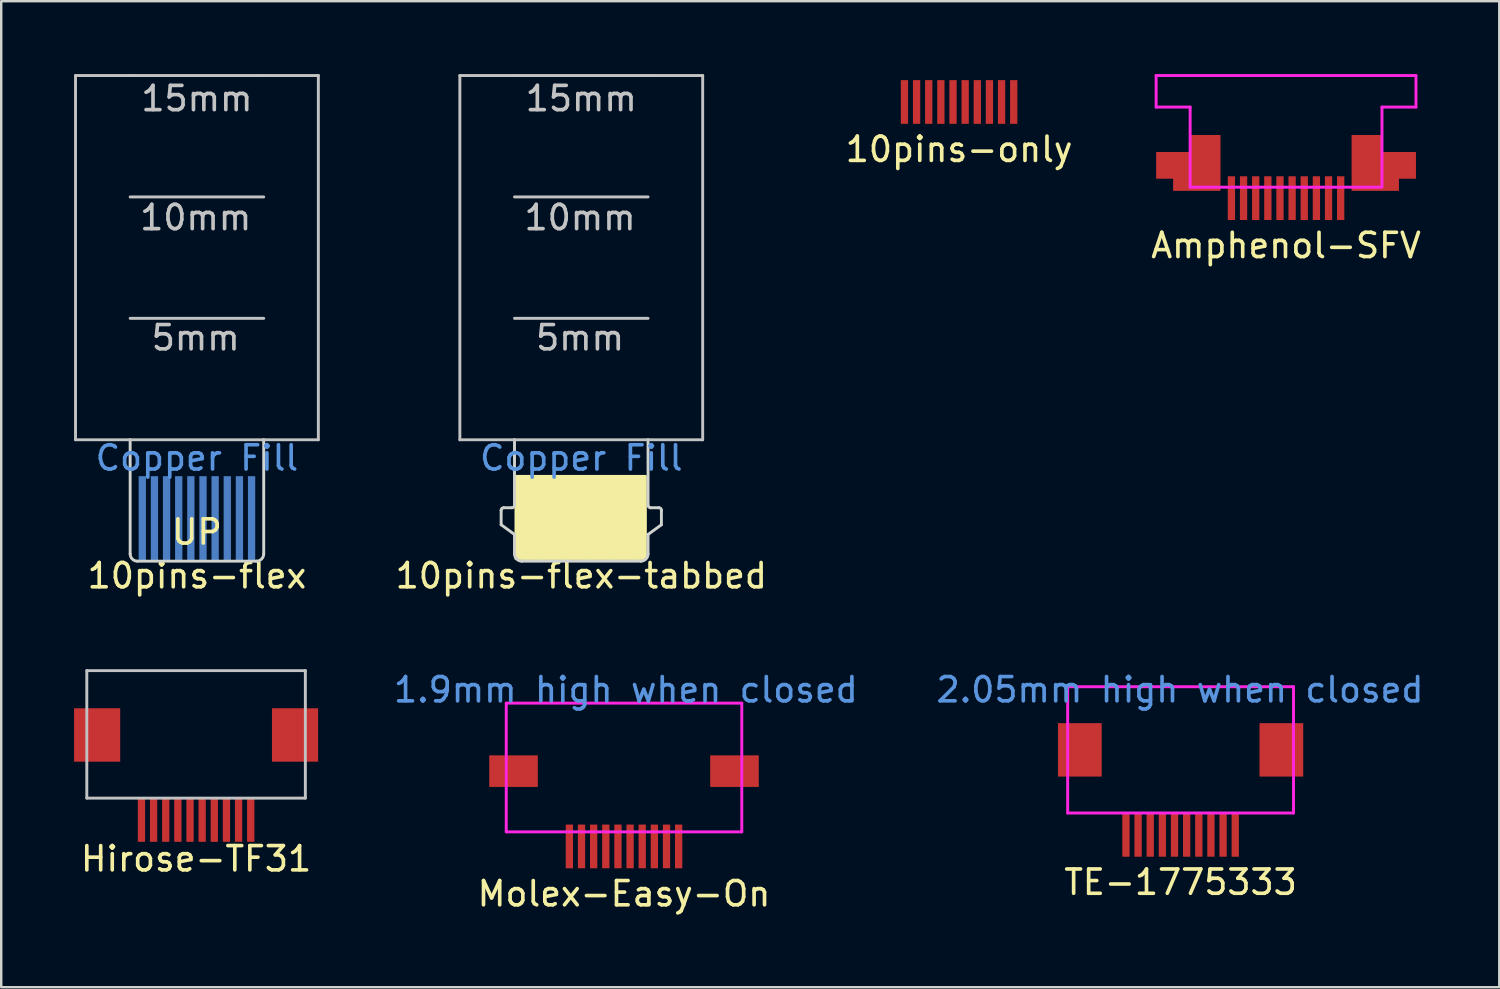
<source format=kicad_pcb>
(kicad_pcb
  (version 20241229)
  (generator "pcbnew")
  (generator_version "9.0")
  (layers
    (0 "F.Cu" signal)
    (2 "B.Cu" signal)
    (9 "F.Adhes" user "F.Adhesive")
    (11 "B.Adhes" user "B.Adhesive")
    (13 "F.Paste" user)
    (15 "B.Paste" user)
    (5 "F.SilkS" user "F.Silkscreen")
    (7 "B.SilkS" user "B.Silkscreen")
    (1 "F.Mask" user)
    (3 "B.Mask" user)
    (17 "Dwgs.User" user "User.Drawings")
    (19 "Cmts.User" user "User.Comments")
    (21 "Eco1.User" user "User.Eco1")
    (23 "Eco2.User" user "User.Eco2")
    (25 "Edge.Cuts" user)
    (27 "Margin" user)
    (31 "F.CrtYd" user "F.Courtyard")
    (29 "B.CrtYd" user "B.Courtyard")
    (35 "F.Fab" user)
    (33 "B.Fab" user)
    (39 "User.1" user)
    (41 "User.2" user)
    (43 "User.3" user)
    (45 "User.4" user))
  (footprint "Amphenol-SFV"
    (layer "F.Cu")
    (at 49.912 4.21)
    (property "Reference" "Amphenol-SFV" (at 0 2.85 0) (layer "F.SilkS") (effects (font (size 1 1) (thickness 0.15))))
    (attr through_hole)
    (fp_line (start -5.35 -4.15) (end -5.35 -2.85) (stroke (width 0.12) (type solid)) (layer "F.CrtYd"))
    (fp_line (start -5.35 -2.85) (end -3.95 -2.85) (stroke (width 0.12) (type solid)) (layer "F.CrtYd"))
    (fp_line (start -3.95 -2.85) (end -3.95 0.45) (stroke (width 0.12) (type solid)) (layer "F.CrtYd"))
    (fp_line (start -3.95 0.45) (end 3.9 0.45) (stroke (width 0.12) (type solid)) (layer "F.CrtYd"))
    (fp_line (start 3.95 -2.85) (end 5.35 -2.85) (stroke (width 0.12) (type solid)) (layer "F.CrtYd"))
    (fp_line (start 3.95 0.45) (end 3.95 -2.85) (stroke (width 0.12) (type solid)) (layer "F.CrtYd"))
    (fp_line (start 5.35 -4.15) (end -5.35 -4.15) (stroke (width 0.12) (type solid)) (layer "F.CrtYd"))
    (fp_line (start 5.35 -2.85) (end 5.35 -4.15) (stroke (width 0.12) (type solid)) (layer "F.CrtYd"))
    (pad "" smd custom (at -3 0) (size 0.5 0.5) (layers "F.Cu" "F.Mask" "F.Paste") (options (anchor rect)) (primitives (gr_poly (pts (xy 0.3 -1.7) (xy 0.3 0.6) (xy -1.65 0.6) (xy -1.65 0.1) (xy -2.35 0.1) (xy -2.35 -1) (xy -0.95 -1) (xy -0.95 -1.7)) (width 0) (fill yes))))
    (pad "" smd custom (at 3 0) (size 0.5 0.5) (layers "F.Cu" "F.Mask" "F.Paste") (options (anchor rect)) (primitives (gr_poly (pts (xy -0.3 -1.7) (xy -0.3 0.6) (xy 1.65 0.6) (xy 1.65 0.1) (xy 2.35 0.1) (xy 2.35 -1) (xy 0.95 -1) (xy 0.95 -1.7)) (width 0) (fill yes))))
    (pad "1" smd rect (at -2.25 0.9) (size 0.3 1.8) (layers "F.Cu" "F.Mask" "F.Paste"))
    (pad "2" smd rect (at -1.75 0.9) (size 0.3 1.8) (layers "F.Cu" "F.Mask" "F.Paste"))
    (pad "3" smd rect (at -1.25 0.9) (size 0.3 1.8) (layers "F.Cu" "F.Mask" "F.Paste"))
    (pad "4" smd rect (at -0.75 0.9) (size 0.3 1.8) (layers "F.Cu" "F.Mask" "F.Paste"))
    (pad "5" smd rect (at -0.25 0.9) (size 0.3 1.8) (layers "F.Cu" "F.Mask" "F.Paste"))
    (pad "6" smd rect (at 0.25 0.9) (size 0.3 1.8) (layers "F.Cu" "F.Mask" "F.Paste"))
    (pad "7" smd rect (at 0.75 0.9) (size 0.3 1.8) (layers "F.Cu" "F.Mask" "F.Paste"))
    (pad "8" smd rect (at 1.25 0.9) (size 0.3 1.8) (layers "F.Cu" "F.Mask" "F.Paste"))
    (pad "9" smd rect (at 1.75 0.9) (size 0.3 1.8) (layers "F.Cu" "F.Mask" "F.Paste"))
    (pad "10" smd rect (at 2.25 0.9) (size 0.3 1.8) (layers "F.Cu" "F.Mask" "F.Paste")))
  (footprint "Molex-Easy-On"
    (layer "F.Cu")
    (at 22.648 30.907)
    (property "Reference" "Molex-Easy-On" (at 0 2.85 0) (layer "F.SilkS") (effects (font (size 1 1) (thickness 0.15))))
    (attr smd)
    (fp_line (start -4.85 -5) (end -4.85 0.3) (stroke (width 0.12) (type solid)) (layer "F.CrtYd"))
    (fp_line (start -4.85 -5) (end 4.85 -5) (stroke (width 0.12) (type solid)) (layer "F.CrtYd"))
    (fp_line (start -4.85 0.3) (end 4.85 0.3) (stroke (width 0.12) (type solid)) (layer "F.CrtYd"))
    (fp_line (start 4.85 -5) (end 4.85 0.3) (stroke (width 0.12) (type solid)) (layer "F.CrtYd"))
    (fp_text user "1.9mm high when closed" (at 0.075 -5.55 0) (layer "Cmts.User") (effects (font (size 1 1) (thickness 0.15))))
    (pad "" smd rect (at -4.55 -2.2) (size 2 1.3) (layers "F.Cu" "F.Mask" "F.Paste"))
    (pad "" smd rect (at 4.55 -2.2) (size 2 1.3) (layers "F.Cu" "F.Mask" "F.Paste"))
    (pad "1" smd rect (at -2.25 0.9) (size 0.3 1.8) (layers "F.Cu" "F.Mask" "F.Paste"))
    (pad "2" smd rect (at -1.75 0.9) (size 0.3 1.8) (layers "F.Cu" "F.Mask" "F.Paste"))
    (pad "3" smd rect (at -1.25 0.9) (size 0.3 1.8) (layers "F.Cu" "F.Mask" "F.Paste"))
    (pad "4" smd rect (at -0.75 0.9) (size 0.3 1.8) (layers "F.Cu" "F.Mask" "F.Paste"))
    (pad "5" smd rect (at -0.25 0.9) (size 0.3 1.8) (layers "F.Cu" "F.Mask" "F.Paste"))
    (pad "6" smd rect (at 0.25 0.9) (size 0.3 1.8) (layers "F.Cu" "F.Mask" "F.Paste"))
    (pad "7" smd rect (at 0.75 0.9) (size 0.3 1.8) (layers "F.Cu" "F.Mask" "F.Paste"))
    (pad "8" smd rect (at 1.25 0.9) (size 0.3 1.8) (layers "F.Cu" "F.Mask" "F.Paste"))
    (pad "9" smd rect (at 1.75 0.9) (size 0.3 1.8) (layers "F.Cu" "F.Mask" "F.Paste"))
    (pad "10" smd rect (at 2.25 0.9) (size 0.3 1.8) (layers "F.Cu" "F.Mask" "F.Paste")))
  (footprint "10pins-only"
    (layer "F.Cu")
    (at 36.447 0.25)
    (property "Reference" "10pins-only" (at 0 2.85 0) (layer "F.SilkS") (effects (font (size 1 1) (thickness 0.15))))
    (attr through_hole)
    (pad "1" smd rect (at -2.25 0.9) (size 0.3 1.8) (layers "F.Cu" "F.Mask" "F.Paste"))
    (pad "2" smd rect (at -1.75 0.9) (size 0.3 1.8) (layers "F.Cu" "F.Mask" "F.Paste"))
    (pad "3" smd rect (at -1.25 0.9) (size 0.3 1.8) (layers "F.Cu" "F.Mask" "F.Paste"))
    (pad "4" smd rect (at -0.75 0.9) (size 0.3 1.8) (layers "F.Cu" "F.Mask" "F.Paste"))
    (pad "5" smd rect (at -0.25 0.9) (size 0.3 1.8) (layers "F.Cu" "F.Mask" "F.Paste"))
    (pad "6" smd rect (at 0.25 0.9) (size 0.3 1.8) (layers "F.Cu" "F.Mask" "F.Paste"))
    (pad "7" smd rect (at 0.75 0.9) (size 0.3 1.8) (layers "F.Cu" "F.Mask" "F.Paste"))
    (pad "8" smd rect (at 1.25 0.9) (size 0.3 1.8) (layers "F.Cu" "F.Mask" "F.Paste"))
    (pad "9" smd rect (at 1.75 0.9) (size 0.3 1.8) (layers "F.Cu" "F.Mask" "F.Paste"))
    (pad "10" smd rect (at 2.25 0.9) (size 0.3 1.8) (layers "F.Cu" "F.Mask" "F.Paste")))
  (footprint "Hirose-TF31"
    (layer "F.Cu")
    (at 5.025 29.818)
    (property "Reference" "Hirose-TF31" (at 0 2.5 0) (layer "F.SilkS") (effects (font (size 1 1) (thickness 0.15))))
    (attr smd)
    (fp_line (start -4.5 -5.25) (end 4.5 -5.25) (stroke (width 0.12) (type solid)) (layer "Dwgs.User"))
    (fp_line (start -4.5 0) (end -4.5 -5.25) (stroke (width 0.12) (type solid)) (layer "Dwgs.User"))
    (fp_line (start 4.5 -5.25) (end 4.5 0) (stroke (width 0.12) (type solid)) (layer "Dwgs.User"))
    (fp_line (start 4.5 0) (end -4.5 0) (stroke (width 0.12) (type solid)) (layer "Dwgs.User"))
    (pad "" smd rect (at -4.075 -2.6) (size 1.9 2.2) (layers "F.Cu" "F.Mask" "F.Paste"))
    (pad "" smd rect (at 4.075 -2.6) (size 1.9 2.2) (layers "F.Cu" "F.Mask" "F.Paste"))
    (pad "1" smd rect (at -2.25 0.9) (size 0.3 1.8) (layers "F.Cu" "F.Mask" "F.Paste"))
    (pad "2" smd rect (at -1.75 0.9) (size 0.3 1.8) (layers "F.Cu" "F.Mask" "F.Paste"))
    (pad "3" smd rect (at -1.25 0.9) (size 0.3 1.8) (layers "F.Cu" "F.Mask" "F.Paste"))
    (pad "4" smd rect (at -0.75 0.9) (size 0.3 1.8) (layers "F.Cu" "F.Mask" "F.Paste"))
    (pad "5" smd rect (at -0.25 0.9) (size 0.3 1.8) (layers "F.Cu" "F.Mask" "F.Paste"))
    (pad "6" smd rect (at 0.25 0.9) (size 0.3 1.8) (layers "F.Cu" "F.Mask" "F.Paste"))
    (pad "7" smd rect (at 0.75 0.9) (size 0.3 1.8) (layers "F.Cu" "F.Mask" "F.Paste"))
    (pad "8" smd rect (at 1.25 0.9) (size 0.3 1.8) (layers "F.Cu" "F.Mask" "F.Paste"))
    (pad "9" smd rect (at 1.75 0.9) (size 0.3 1.8) (layers "F.Cu" "F.Mask" "F.Paste"))
    (pad "10" smd rect (at 2.25 0.9) (size 0.3 1.8) (layers "F.Cu" "F.Mask" "F.Paste")))
  (footprint "10pins-flex-tabbed"
    (layer "F.Cu")
    (at 20.888 20.06)
    (property "Reference" "10pins-flex-tabbed" (at 0 0.6 0) (layer "F.SilkS") (effects (font (size 1 1) (thickness 0.15))))
    (attr smd)
    (fp_poly (pts (xy 2.65 -3.5) (xy 2.65 -0.1) (xy -2.7 -0.1) (xy -2.7 -3.5)) (stroke (width 0.1) (type solid)) (fill yes) (layer "F.SilkS"))
    (fp_line (start -5 -20) (end -5 -5) (stroke (width 0.12) (type solid)) (layer "Dwgs.User"))
    (fp_line (start -5 -5) (end -2.75 -5) (stroke (width 0.12) (type solid)) (layer "Dwgs.User"))
    (fp_line (start -2.75 -20) (end -5 -20) (stroke (width 0.12) (type solid)) (layer "Dwgs.User"))
    (fp_line (start -2.75 -20) (end 2.75 -20) (stroke (width 0.12) (type solid)) (layer "Dwgs.User"))
    (fp_line (start -2.75 -15) (end 2.75 -15) (stroke (width 0.12) (type solid)) (layer "Dwgs.User"))
    (fp_line (start -2.75 -10) (end 2.75 -10) (stroke (width 0.12) (type solid)) (layer "Dwgs.User"))
    (fp_line (start -2.75 -5) (end 2.75 -5) (stroke (width 0.12) (type solid)) (layer "Dwgs.User"))
    (fp_line (start 2.75 -20) (end 5 -20) (stroke (width 0.12) (type solid)) (layer "Dwgs.User"))
    (fp_line (start 5 -20) (end 5 -5) (stroke (width 0.12) (type solid)) (layer "Dwgs.User"))
    (fp_line (start 5 -5) (end 2.75 -5) (stroke (width 0.12) (type solid)) (layer "Dwgs.User"))
    (fp_line (start -3.3 -1.5) (end -3.3 -2.1) (stroke (width 0.12) (type solid)) (layer "Edge.Cuts"))
    (fp_line (start -2.85 -2.2) (end -3.2 -2.2) (stroke (width 0.12) (type solid)) (layer "Edge.Cuts"))
    (fp_line (start -2.75 -2.3) (end -2.75 -5) (stroke (width 0.12) (type solid)) (layer "Edge.Cuts"))
    (fp_line (start -2.75 -1.1) (end -3.3 -1.5) (stroke (width 0.12) (type solid)) (layer "Edge.Cuts"))
    (fp_line (start -2.75 -0.3) (end -2.75 -1.1) (stroke (width 0.12) (type solid)) (layer "Edge.Cuts"))
    (fp_line (start -2.45 0) (end 2.45 0) (stroke (width 0.12) (type solid)) (layer "Edge.Cuts"))
    (fp_line (start 2.75 -2.3) (end 2.75 -5) (stroke (width 0.12) (type solid)) (layer "Edge.Cuts"))
    (fp_line (start 2.75 -1.1) (end 3.3 -1.5) (stroke (width 0.12) (type solid)) (layer "Edge.Cuts"))
    (fp_line (start 2.75 -0.3) (end 2.75 -1.1) (stroke (width 0.12) (type solid)) (layer "Edge.Cuts"))
    (fp_line (start 3.2 -2.2) (end 2.85 -2.2) (stroke (width 0.12) (type solid)) (layer "Edge.Cuts"))
    (fp_line (start 3.3 -1.5) (end 3.3 -2.1) (stroke (width 0.12) (type solid)) (layer "Edge.Cuts"))
    (fp_arc (start -3.3 -2.1) (mid -3.270711 -2.170711) (end -3.2 -2.2) (stroke (width 0.12) (type solid)) (layer "Edge.Cuts"))
    (fp_arc (start -2.75 -2.3) (mid -2.779289 -2.229289) (end -2.85 -2.2) (stroke (width 0.12) (type solid)) (layer "Edge.Cuts"))
    (fp_arc (start -2.45 0) (mid -2.662132 -0.087868) (end -2.75 -0.3) (stroke (width 0.12) (type solid)) (layer "Edge.Cuts"))
    (fp_arc (start 2.75 -0.3) (mid 2.662132 -0.087868) (end 2.45 0) (stroke (width 0.12) (type solid)) (layer "Edge.Cuts"))
    (fp_arc (start 2.85 -2.2) (mid 2.779289 -2.229289) (end 2.75 -2.3) (stroke (width 0.12) (type solid)) (layer "Edge.Cuts"))
    (fp_arc (start 3.2 -2.2) (mid 3.270711 -2.170711) (end 3.3 -2.1) (stroke (width 0.12) (type solid)) (layer "Edge.Cuts"))
    (fp_text user "15mm" (at 0 -19.05 0) (layer "Dwgs.User") (effects (font (size 1 1) (thickness 0.15))))
    (fp_text user "5mm" (at -0.05 -9.2 0) (layer "Dwgs.User") (effects (font (size 1 1) (thickness 0.15))))
    (fp_text user "10mm" (at -0.05 -14.15 0) (layer "Dwgs.User") (effects (font (size 1 1) (thickness 0.15))))
    (fp_text user "Copper Fill" (at 0 -4.25 0) (layer "Cmts.User") (effects (font (size 1 1) (thickness 0.15))))
    (pad "1" smd rect (at -2.25 -1.75) (size 0.3 3.5) (layers "B.Cu" "B.Mask" "B.Paste"))
    (pad "2" smd rect (at -1.75 -1.75) (size 0.3 3.5) (layers "B.Cu" "B.Mask" "B.Paste"))
    (pad "3" smd rect (at -1.25 -1.75) (size 0.3 3.5) (layers "B.Cu" "B.Mask" "B.Paste"))
    (pad "4" smd rect (at -0.75 -1.75) (size 0.3 3.5) (layers "B.Cu" "B.Mask" "B.Paste"))
    (pad "5" smd rect (at -0.25 -1.75) (size 0.3 3.5) (layers "B.Cu" "B.Mask" "B.Paste"))
    (pad "6" smd rect (at 0.25 -1.75) (size 0.3 3.5) (layers "B.Cu" "B.Mask" "B.Paste"))
    (pad "7" smd rect (at 0.75 -1.75) (size 0.3 3.5) (layers "B.Cu" "B.Mask" "B.Paste"))
    (pad "8" smd rect (at 1.25 -1.75) (size 0.3 3.5) (layers "B.Cu" "B.Mask" "B.Paste"))
    (pad "9" smd rect (at 1.75 -1.75) (size 0.3 3.5) (layers "B.Cu" "B.Mask" "B.Paste"))
    (pad "10" smd rect (at 2.25 -1.75) (size 0.3 3.5) (layers "B.Cu" "B.Mask" "B.Paste")))
  (footprint "TE-1775333"
    (layer "F.Cu")
    (at 45.569 30.431)
    (property "Reference" "TE-1775333" (at 0 2.85 0) (layer "F.SilkS") (effects (font (size 1 1) (thickness 0.15))))
    (attr smd)
    (fp_line (start -4.65 -5.2) (end 4.65 -5.2) (stroke (width 0.12) (type solid)) (layer "F.CrtYd"))
    (fp_line (start -4.65 0) (end -4.65 -5.2) (stroke (width 0.12) (type solid)) (layer "F.CrtYd"))
    (fp_line (start 4.65 0) (end -4.65 0) (stroke (width 0.12) (type solid)) (layer "F.CrtYd"))
    (fp_line (start 4.65 0) (end 4.65 -5.2) (stroke (width 0.12) (type solid)) (layer "F.CrtYd"))
    (fp_text user "2.05mm high when closed" (at -0.025 -5.075 0) (layer "Cmts.User") (effects (font (size 1 1) (thickness 0.15))))
    (pad "" smd rect (at -4.15 -2.6) (size 1.8 2.2) (layers "F.Cu" "F.Mask" "F.Paste"))
    (pad "" smd rect (at 4.15 -2.6) (size 1.8 2.2) (layers "F.Cu" "F.Mask" "F.Paste"))
    (pad "1" smd rect (at -2.25 0.9) (size 0.3 1.8) (layers "F.Cu" "F.Mask" "F.Paste"))
    (pad "2" smd rect (at -1.75 0.9) (size 0.3 1.8) (layers "F.Cu" "F.Mask" "F.Paste"))
    (pad "3" smd rect (at -1.25 0.9) (size 0.3 1.8) (layers "F.Cu" "F.Mask" "F.Paste"))
    (pad "4" smd rect (at -0.75 0.9) (size 0.3 1.8) (layers "F.Cu" "F.Mask" "F.Paste"))
    (pad "5" smd rect (at -0.25 0.9) (size 0.3 1.8) (layers "F.Cu" "F.Mask" "F.Paste"))
    (pad "6" smd rect (at 0.25 0.9) (size 0.3 1.8) (layers "F.Cu" "F.Mask" "F.Paste"))
    (pad "7" smd rect (at 0.75 0.9) (size 0.3 1.8) (layers "F.Cu" "F.Mask" "F.Paste"))
    (pad "8" smd rect (at 1.25 0.9) (size 0.3 1.8) (layers "F.Cu" "F.Mask" "F.Paste"))
    (pad "9" smd rect (at 1.75 0.9) (size 0.3 1.8) (layers "F.Cu" "F.Mask" "F.Paste"))
    (pad "10" smd rect (at 2.25 0.9) (size 0.3 1.8) (layers "F.Cu" "F.Mask" "F.Paste")))
  (footprint "10pins-flex"
    (layer "F.Cu")
    (at 5.06 20.06)
    (property "Reference" "10pins-flex" (at 0 0.6 0) (layer "F.SilkS") (effects (font (size 1 1) (thickness 0.15))))
    (attr smd)
    (fp_line (start -5 -20) (end -5 -5) (stroke (width 0.12) (type solid)) (layer "Dwgs.User"))
    (fp_line (start -5 -5) (end -2.75 -5) (stroke (width 0.12) (type solid)) (layer "Dwgs.User"))
    (fp_line (start -2.75 -20) (end -5 -20) (stroke (width 0.12) (type solid)) (layer "Dwgs.User"))
    (fp_line (start -2.75 -20) (end 2.75 -20) (stroke (width 0.12) (type solid)) (layer "Dwgs.User"))
    (fp_line (start -2.75 -15) (end 2.75 -15) (stroke (width 0.12) (type solid)) (layer "Dwgs.User"))
    (fp_line (start -2.75 -10) (end 2.75 -10) (stroke (width 0.12) (type solid)) (layer "Dwgs.User"))
    (fp_line (start -2.75 -5) (end 2.75 -5) (stroke (width 0.12) (type solid)) (layer "Dwgs.User"))
    (fp_line (start 2.75 -20) (end 5 -20) (stroke (width 0.12) (type solid)) (layer "Dwgs.User"))
    (fp_line (start 5 -20) (end 5 -5) (stroke (width 0.12) (type solid)) (layer "Dwgs.User"))
    (fp_line (start 5 -5) (end 2.75 -5) (stroke (width 0.12) (type solid)) (layer "Dwgs.User"))
    (fp_line (start -2.75 -0.3) (end -2.75 -5) (stroke (width 0.12) (type solid)) (layer "Edge.Cuts"))
    (fp_line (start -2.45 0) (end 2.45 0) (stroke (width 0.12) (type solid)) (layer "Edge.Cuts"))
    (fp_line (start 2.75 -0.3) (end 2.75 -5) (stroke (width 0.12) (type solid)) (layer "Edge.Cuts"))
    (fp_arc (start -2.45 0) (mid -2.662132 -0.087868) (end -2.75 -0.3) (stroke (width 0.12) (type solid)) (layer "Edge.Cuts"))
    (fp_arc (start 2.75 -0.3) (mid 2.662132 -0.087868) (end 2.45 0) (stroke (width 0.12) (type solid)) (layer "Edge.Cuts"))
    (fp_text user "UP" (at 0 -1.2 0) (layer "F.SilkS") (effects (font (size 1 1) (thickness 0.15))))
    (fp_text user "15mm" (at 0 -19.05 0) (layer "Dwgs.User") (effects (font (size 1 1) (thickness 0.15))))
    (fp_text user "10mm" (at -0.05 -14.15 0) (layer "Dwgs.User") (effects (font (size 1 1) (thickness 0.15))))
    (fp_text user "5mm" (at -0.05 -9.2 0) (layer "Dwgs.User") (effects (font (size 1 1) (thickness 0.15))))
    (fp_text user "Copper Fill" (at 0 -4.25 0) (layer "Cmts.User") (effects (font (size 1 1) (thickness 0.15))))
    (pad "1" smd rect (at -2.25 -1.75) (size 0.3 3.5) (layers "B.Cu" "B.Mask" "B.Paste"))
    (pad "2" smd rect (at -1.75 -1.75) (size 0.3 3.5) (layers "B.Cu" "B.Mask" "B.Paste"))
    (pad "3" smd rect (at -1.25 -1.75) (size 0.3 3.5) (layers "B.Cu" "B.Mask" "B.Paste"))
    (pad "4" smd rect (at -0.75 -1.75) (size 0.3 3.5) (layers "B.Cu" "B.Mask" "B.Paste"))
    (pad "5" smd rect (at -0.25 -1.75) (size 0.3 3.5) (layers "B.Cu" "B.Mask" "B.Paste"))
    (pad "6" smd rect (at 0.25 -1.75) (size 0.3 3.5) (layers "B.Cu" "B.Mask" "B.Paste"))
    (pad "7" smd rect (at 0.75 -1.75) (size 0.3 3.5) (layers "B.Cu" "B.Mask" "B.Paste"))
    (pad "8" smd rect (at 1.25 -1.75) (size 0.3 3.5) (layers "B.Cu" "B.Mask" "B.Paste"))
    (pad "9" smd rect (at 1.75 -1.75) (size 0.3 3.5) (layers "B.Cu" "B.Mask" "B.Paste"))
    (pad "10" smd rect (at 2.25 -1.75) (size 0.3 3.5) (layers "B.Cu" "B.Mask" "B.Paste")))
  (gr_rect
    (start -3 -3)
    (end 58.693 37.605)
    (stroke (width 0.1) (type default))
    (fill no)
    (layer "Edge.Cuts")))
</source>
